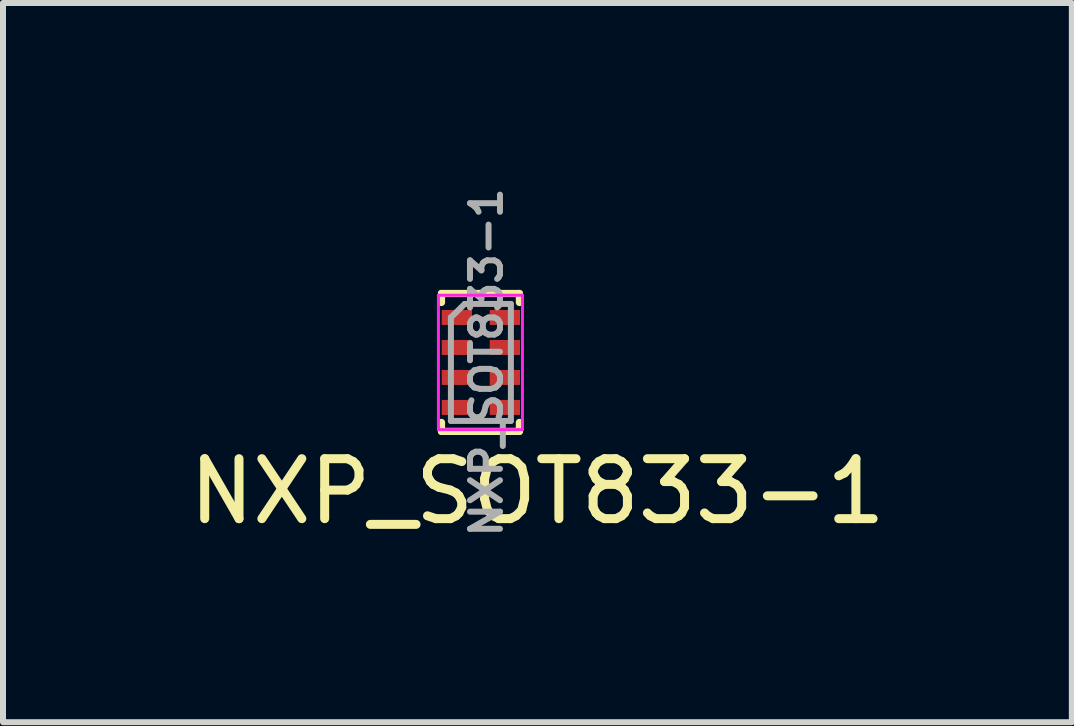
<source format=kicad_pcb>
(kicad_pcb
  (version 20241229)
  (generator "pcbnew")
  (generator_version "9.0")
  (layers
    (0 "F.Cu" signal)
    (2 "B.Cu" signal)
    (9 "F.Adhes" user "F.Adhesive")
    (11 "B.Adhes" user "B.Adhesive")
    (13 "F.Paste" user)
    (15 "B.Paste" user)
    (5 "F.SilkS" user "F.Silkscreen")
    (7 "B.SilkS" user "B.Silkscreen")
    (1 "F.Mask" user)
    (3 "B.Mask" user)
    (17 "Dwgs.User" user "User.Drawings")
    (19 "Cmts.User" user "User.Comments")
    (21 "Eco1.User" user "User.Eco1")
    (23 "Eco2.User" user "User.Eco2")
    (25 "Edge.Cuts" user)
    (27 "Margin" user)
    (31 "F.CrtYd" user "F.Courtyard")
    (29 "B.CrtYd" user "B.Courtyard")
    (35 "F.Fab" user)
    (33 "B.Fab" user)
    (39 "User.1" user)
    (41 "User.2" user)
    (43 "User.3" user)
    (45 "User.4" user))
  (footprint "NXP_SOT833-1"
    (layer "F.Cu")
    (at 4.968 2.993)
    (property "Reference" "NXP_SOT833-1" (at 0.943 2.15 180) (layer "F.SilkS") (effects (font (size 1 1) (thickness 0.15))))
    (attr smd)
    (fp_line (start -0.657 -1.15) (end -0.657 -1) (stroke (width 0.12) (type solid)) (layer "F.SilkS"))
    (fp_line (start -0.657 1.15) (end -0.657 1) (stroke (width 0.12) (type solid)) (layer "F.SilkS"))
    (fp_line (start 0.642 -1.15) (end -0.657 -1.15) (stroke (width 0.12) (type solid)) (layer "F.SilkS"))
    (fp_line (start 0.642 -1) (end 0.642 -1.15) (stroke (width 0.12) (type solid)) (layer "F.SilkS"))
    (fp_line (start 0.642 1) (end 0.642 1.15) (stroke (width 0.12) (type solid)) (layer "F.SilkS"))
    (fp_line (start 0.642 1.15) (end -0.657 1.15) (stroke (width 0.12) (type solid)) (layer "F.SilkS"))
    (fp_poly (pts (xy -0.55 -0.69) (xy -0.55 -0.81) (xy -0.25 -0.81) (xy -0.25 -0.69)) (stroke (width 0.1) (type solid)) (fill yes) (layer "F.Paste"))
    (fp_poly (pts (xy -0.55 -0.19) (xy -0.55 -0.31) (xy -0.25 -0.31) (xy -0.25 -0.19)) (stroke (width 0.1) (type solid)) (fill yes) (layer "F.Paste"))
    (fp_poly (pts (xy -0.55 0.31) (xy -0.55 0.19) (xy -0.25 0.19) (xy -0.25 0.31)) (stroke (width 0.1) (type solid)) (fill yes) (layer "F.Paste"))
    (fp_poly (pts (xy -0.55 0.81) (xy -0.55 0.69) (xy -0.25 0.69) (xy -0.25 0.81)) (stroke (width 0.1) (type solid)) (fill yes) (layer "F.Paste"))
    (fp_poly (pts (xy 0.24 -0.69) (xy 0.24 -0.81) (xy 0.54 -0.81) (xy 0.54 -0.69)) (stroke (width 0.1) (type solid)) (fill yes) (layer "F.Paste"))
    (fp_poly (pts (xy 0.24 -0.19) (xy 0.24 -0.31) (xy 0.54 -0.31) (xy 0.54 -0.19)) (stroke (width 0.1) (type solid)) (fill yes) (layer "F.Paste"))
    (fp_poly (pts (xy 0.24 0.31) (xy 0.24 0.19) (xy 0.54 0.19) (xy 0.54 0.31)) (stroke (width 0.1) (type solid)) (fill yes) (layer "F.Paste"))
    (fp_poly (pts (xy 0.24 0.81) (xy 0.24 0.69) (xy 0.54 0.69) (xy 0.54 0.81)) (stroke (width 0.1) (type solid)) (fill yes) (layer "F.Paste"))
    (fp_line (start -0.708 -1.12) (end 0.693 -1.12) (stroke (width 0.05) (type solid)) (layer "F.CrtYd"))
    (fp_line (start -0.708 1.12) (end -0.708 -1.12) (stroke (width 0.05) (type solid)) (layer "F.CrtYd"))
    (fp_line (start 0.693 -1.12) (end 0.693 1.12) (stroke (width 0.05) (type solid)) (layer "F.CrtYd"))
    (fp_line (start 0.693 1.12) (end -0.708 1.12) (stroke (width 0.05) (type solid)) (layer "F.CrtYd"))
    (fp_line (start -0.5 -0.75) (end -0.27 -0.975) (stroke (width 0.1) (type solid)) (layer "F.Fab"))
    (fp_line (start -0.5 0.975) (end -0.5 -0.75) (stroke (width 0.1) (type solid)) (layer "F.Fab"))
    (fp_line (start 0.5 -0.975) (end -0.27 -0.975) (stroke (width 0.1) (type solid)) (layer "F.Fab"))
    (fp_line (start 0.5 -0.975) (end 0.5 0.975) (stroke (width 0.1) (type solid)) (layer "F.Fab"))
    (fp_line (start 0.5 0.975) (end -0.5 0.975) (stroke (width 0.1) (type solid)) (layer "F.Fab"))
    (fp_text user "${REFERENCE}" (at 0.092 0 270) (layer "F.Fab") (effects (font (size 0.5 0.5) (thickness 0.1))))
    (pad "1" smd rect (at -0.4 -0.75 270) (size 0.25 0.505) (layers "F.Cu" "F.Mask"))
    (pad "2" smd rect (at -0.4 -0.25 270) (size 0.25 0.505) (layers "F.Cu" "F.Mask"))
    (pad "3" smd rect (at -0.4 0.25 270) (size 0.25 0.505) (layers "F.Cu" "F.Mask"))
    (pad "4" smd rect (at -0.4 0.75 270) (size 0.25 0.505) (layers "F.Cu" "F.Mask"))
    (pad "5" smd rect (at 0.4 0.75 270) (size 0.25 0.505) (layers "F.Cu" "F.Mask"))
    (pad "6" smd rect (at 0.4 0.25 270) (size 0.25 0.505) (layers "F.Cu" "F.Mask"))
    (pad "7" smd rect (at 0.4 -0.25 270) (size 0.25 0.505) (layers "F.Cu" "F.Mask"))
    (pad "8" smd rect (at 0.4 -0.75 270) (size 0.25 0.505) (layers "F.Cu" "F.Mask")))
  (gr_rect
    (start -3 -3)
    (end 14.821 8.991)
    (stroke (width 0.1) (type default))
    (fill no)
    (layer "Edge.Cuts")))
</source>
